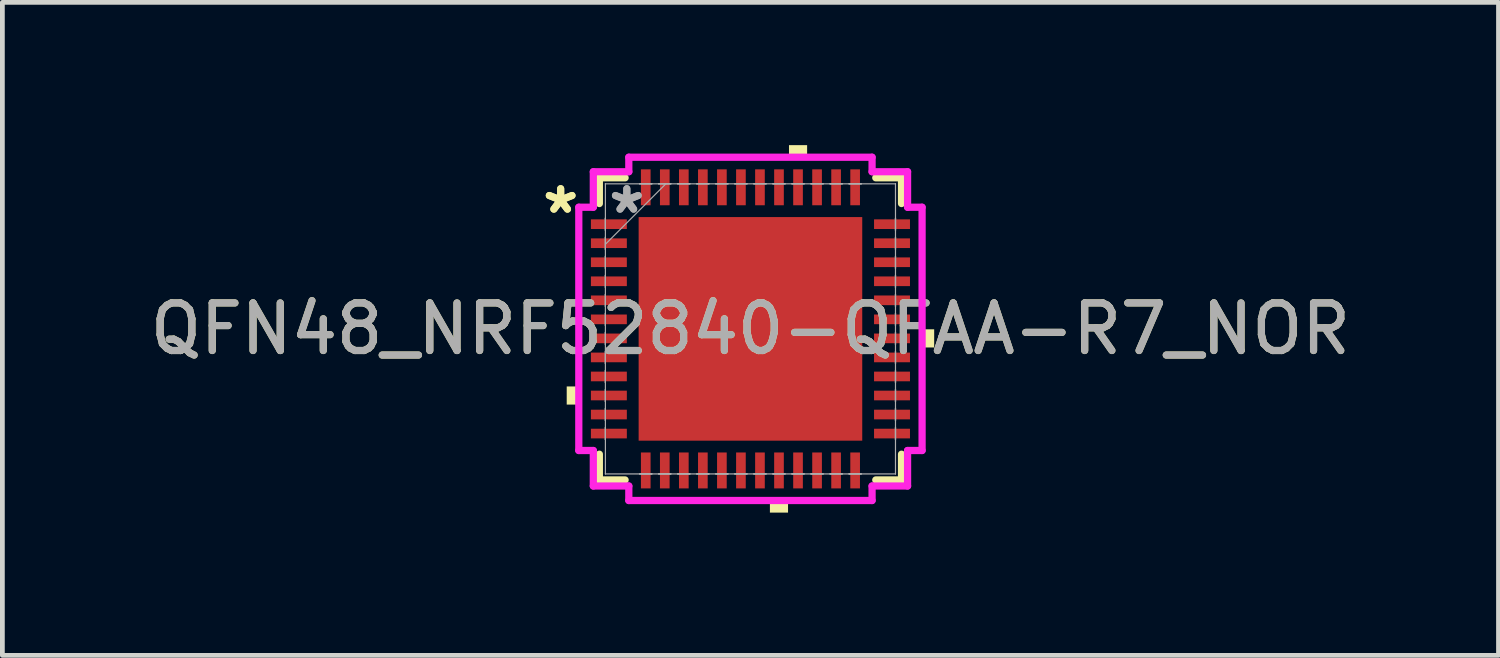
<source format=kicad_pcb>
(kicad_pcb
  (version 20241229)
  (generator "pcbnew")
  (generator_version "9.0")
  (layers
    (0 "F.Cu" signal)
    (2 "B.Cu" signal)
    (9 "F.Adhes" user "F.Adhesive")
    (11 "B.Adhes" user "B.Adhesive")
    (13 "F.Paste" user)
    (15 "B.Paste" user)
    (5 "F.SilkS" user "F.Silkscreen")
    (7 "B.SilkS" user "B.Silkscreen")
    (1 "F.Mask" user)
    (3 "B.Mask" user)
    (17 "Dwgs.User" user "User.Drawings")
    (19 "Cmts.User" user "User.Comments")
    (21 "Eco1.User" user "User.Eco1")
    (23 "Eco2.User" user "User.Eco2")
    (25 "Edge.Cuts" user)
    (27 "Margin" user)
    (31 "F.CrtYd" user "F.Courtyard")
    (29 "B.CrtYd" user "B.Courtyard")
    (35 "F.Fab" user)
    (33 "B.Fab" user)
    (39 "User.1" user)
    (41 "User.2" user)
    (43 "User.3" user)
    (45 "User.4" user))
  (footprint "QFN48_NRF52840-QFAA-R7_NOR"
    (layer "F.Cu")
    (at 12.72 3.861)
    (property "Reference" "QFN48_NRF52840-QFAA-R7_NOR" (at 0 0 0) (unlocked yes) (layer "F.SilkS") (effects (font (size 1 1) (thickness 0.15))))
    (attr smd)
    (fp_line (start -3.175 -3.175) (end -3.175 -2.634) (stroke (width 0.152) (type solid)) (layer "F.SilkS"))
    (fp_line (start -3.175 2.634) (end -3.175 3.175) (stroke (width 0.152) (type solid)) (layer "F.SilkS"))
    (fp_line (start -3.175 3.175) (end -2.634 3.175) (stroke (width 0.152) (type solid)) (layer "F.SilkS"))
    (fp_line (start -2.634 -3.175) (end -3.175 -3.175) (stroke (width 0.152) (type solid)) (layer "F.SilkS"))
    (fp_line (start 2.634 3.175) (end 3.175 3.175) (stroke (width 0.152) (type solid)) (layer "F.SilkS"))
    (fp_line (start 3.175 -3.175) (end 2.634 -3.175) (stroke (width 0.152) (type solid)) (layer "F.SilkS"))
    (fp_line (start 3.175 -2.634) (end 3.175 -3.175) (stroke (width 0.152) (type solid)) (layer "F.SilkS"))
    (fp_line (start 3.175 3.175) (end 3.175 2.634) (stroke (width 0.152) (type solid)) (layer "F.SilkS"))
    (fp_poly (pts (xy -3.861 1.21) (xy -3.861 1.591) (xy -3.607 1.591) (xy -3.607 1.21)) (stroke (width 0) (type solid)) (fill yes) (layer "F.SilkS"))
    (fp_poly (pts (xy 0.409 3.607) (xy 0.409 3.861) (xy 0.79 3.861) (xy 0.79 3.607)) (stroke (width 0) (type solid)) (fill yes) (layer "F.SilkS"))
    (fp_poly (pts (xy 0.81 -3.607) (xy 0.81 -3.861) (xy 1.191 -3.861) (xy 1.191 -3.607)) (stroke (width 0) (type solid)) (fill yes) (layer "F.SilkS"))
    (fp_poly (pts (xy 3.861 0.009) (xy 3.861 0.391) (xy 3.607 0.391) (xy 3.607 0.009)) (stroke (width 0) (type solid)) (fill yes) (layer "F.SilkS"))
    (fp_poly (pts (xy -2.249 -2.249) (xy -2.249 -0.883) (xy -0.883 -0.883) (xy -0.883 -2.249)) (stroke (width 0) (type solid)) (fill yes) (layer "F.Paste"))
    (fp_poly (pts (xy -2.249 -0.683) (xy -2.249 0.683) (xy -0.883 0.683) (xy -0.883 -0.683)) (stroke (width 0) (type solid)) (fill yes) (layer "F.Paste"))
    (fp_poly (pts (xy -2.249 0.883) (xy -2.249 2.249) (xy -0.883 2.249) (xy -0.883 0.883)) (stroke (width 0) (type solid)) (fill yes) (layer "F.Paste"))
    (fp_poly (pts (xy -0.683 -2.249) (xy -0.683 -0.883) (xy 0.683 -0.883) (xy 0.683 -2.249)) (stroke (width 0) (type solid)) (fill yes) (layer "F.Paste"))
    (fp_poly (pts (xy -0.683 -0.683) (xy -0.683 0.683) (xy 0.683 0.683) (xy 0.683 -0.683)) (stroke (width 0) (type solid)) (fill yes) (layer "F.Paste"))
    (fp_poly (pts (xy -0.683 0.883) (xy -0.683 2.249) (xy 0.683 2.249) (xy 0.683 0.883)) (stroke (width 0) (type solid)) (fill yes) (layer "F.Paste"))
    (fp_poly (pts (xy 0.883 -2.249) (xy 0.883 -0.883) (xy 2.249 -0.883) (xy 2.249 -2.249)) (stroke (width 0) (type solid)) (fill yes) (layer "F.Paste"))
    (fp_poly (pts (xy 0.883 -0.683) (xy 0.883 0.683) (xy 2.249 0.683) (xy 2.249 -0.683)) (stroke (width 0) (type solid)) (fill yes) (layer "F.Paste"))
    (fp_poly (pts (xy 0.883 0.883) (xy 0.883 2.249) (xy 2.249 2.249) (xy 2.249 0.883)) (stroke (width 0) (type solid)) (fill yes) (layer "F.Paste"))
    (fp_line (start -3.607 -2.556) (end -3.302 -2.556) (stroke (width 0.152) (type solid)) (layer "F.CrtYd"))
    (fp_line (start -3.607 2.556) (end -3.607 -2.556) (stroke (width 0.152) (type solid)) (layer "F.CrtYd"))
    (fp_line (start -3.302 -3.302) (end -2.556 -3.302) (stroke (width 0.152) (type solid)) (layer "F.CrtYd"))
    (fp_line (start -3.302 -2.556) (end -3.302 -3.302) (stroke (width 0.152) (type solid)) (layer "F.CrtYd"))
    (fp_line (start -3.302 2.556) (end -3.607 2.556) (stroke (width 0.152) (type solid)) (layer "F.CrtYd"))
    (fp_line (start -3.302 3.302) (end -3.302 2.556) (stroke (width 0.152) (type solid)) (layer "F.CrtYd"))
    (fp_line (start -2.556 -3.607) (end 2.556 -3.607) (stroke (width 0.152) (type solid)) (layer "F.CrtYd"))
    (fp_line (start -2.556 -3.302) (end -2.556 -3.607) (stroke (width 0.152) (type solid)) (layer "F.CrtYd"))
    (fp_line (start -2.556 3.302) (end -3.302 3.302) (stroke (width 0.152) (type solid)) (layer "F.CrtYd"))
    (fp_line (start -2.556 3.607) (end -2.556 3.302) (stroke (width 0.152) (type solid)) (layer "F.CrtYd"))
    (fp_line (start 2.556 -3.607) (end 2.556 -3.302) (stroke (width 0.152) (type solid)) (layer "F.CrtYd"))
    (fp_line (start 2.556 -3.302) (end 3.302 -3.302) (stroke (width 0.152) (type solid)) (layer "F.CrtYd"))
    (fp_line (start 2.556 3.302) (end 2.556 3.607) (stroke (width 0.152) (type solid)) (layer "F.CrtYd"))
    (fp_line (start 2.556 3.607) (end -2.556 3.607) (stroke (width 0.152) (type solid)) (layer "F.CrtYd"))
    (fp_line (start 3.302 -3.302) (end 3.302 -2.556) (stroke (width 0.152) (type solid)) (layer "F.CrtYd"))
    (fp_line (start 3.302 -2.556) (end 3.607 -2.556) (stroke (width 0.152) (type solid)) (layer "F.CrtYd"))
    (fp_line (start 3.302 2.556) (end 3.302 3.302) (stroke (width 0.152) (type solid)) (layer "F.CrtYd"))
    (fp_line (start 3.302 3.302) (end 2.556 3.302) (stroke (width 0.152) (type solid)) (layer "F.CrtYd"))
    (fp_line (start 3.607 -2.556) (end 3.607 2.556) (stroke (width 0.152) (type solid)) (layer "F.CrtYd"))
    (fp_line (start 3.607 2.556) (end 3.302 2.556) (stroke (width 0.152) (type solid)) (layer "F.CrtYd"))
    (fp_line (start -3.048 -3.048) (end -3.048 -3.048) (stroke (width 0.025) (type solid)) (layer "F.Fab"))
    (fp_line (start -3.048 -3.048) (end -3.048 3.048) (stroke (width 0.025) (type solid)) (layer "F.Fab"))
    (fp_line (start -3.048 -2.327) (end -3.048 -2.327) (stroke (width 0.025) (type solid)) (layer "F.Fab"))
    (fp_line (start -3.048 -2.327) (end -3.048 -2.073) (stroke (width 0.025) (type solid)) (layer "F.Fab"))
    (fp_line (start -3.048 -2.073) (end -3.048 -2.327) (stroke (width 0.025) (type solid)) (layer "F.Fab"))
    (fp_line (start -3.048 -2.073) (end -3.048 -2.073) (stroke (width 0.025) (type solid)) (layer "F.Fab"))
    (fp_line (start -3.048 -1.927) (end -3.048 -1.927) (stroke (width 0.025) (type solid)) (layer "F.Fab"))
    (fp_line (start -3.048 -1.927) (end -3.048 -1.673) (stroke (width 0.025) (type solid)) (layer "F.Fab"))
    (fp_line (start -3.048 -1.778) (end -1.778 -3.048) (stroke (width 0.025) (type solid)) (layer "F.Fab"))
    (fp_line (start -3.048 -1.673) (end -3.048 -1.927) (stroke (width 0.025) (type solid)) (layer "F.Fab"))
    (fp_line (start -3.048 -1.673) (end -3.048 -1.673) (stroke (width 0.025) (type solid)) (layer "F.Fab"))
    (fp_line (start -3.048 -1.527) (end -3.048 -1.527) (stroke (width 0.025) (type solid)) (layer "F.Fab"))
    (fp_line (start -3.048 -1.527) (end -3.048 -1.273) (stroke (width 0.025) (type solid)) (layer "F.Fab"))
    (fp_line (start -3.048 -1.273) (end -3.048 -1.527) (stroke (width 0.025) (type solid)) (layer "F.Fab"))
    (fp_line (start -3.048 -1.273) (end -3.048 -1.273) (stroke (width 0.025) (type solid)) (layer "F.Fab"))
    (fp_line (start -3.048 -1.127) (end -3.048 -1.127) (stroke (width 0.025) (type solid)) (layer "F.Fab"))
    (fp_line (start -3.048 -1.127) (end -3.048 -0.873) (stroke (width 0.025) (type solid)) (layer "F.Fab"))
    (fp_line (start -3.048 -0.873) (end -3.048 -1.127) (stroke (width 0.025) (type solid)) (layer "F.Fab"))
    (fp_line (start -3.048 -0.873) (end -3.048 -0.873) (stroke (width 0.025) (type solid)) (layer "F.Fab"))
    (fp_line (start -3.048 -0.727) (end -3.048 -0.727) (stroke (width 0.025) (type solid)) (layer "F.Fab"))
    (fp_line (start -3.048 -0.727) (end -3.048 -0.473) (stroke (width 0.025) (type solid)) (layer "F.Fab"))
    (fp_line (start -3.048 -0.473) (end -3.048 -0.727) (stroke (width 0.025) (type solid)) (layer "F.Fab"))
    (fp_line (start -3.048 -0.473) (end -3.048 -0.473) (stroke (width 0.025) (type solid)) (layer "F.Fab"))
    (fp_line (start -3.048 -0.327) (end -3.048 -0.327) (stroke (width 0.025) (type solid)) (layer "F.Fab"))
    (fp_line (start -3.048 -0.327) (end -3.048 -0.073) (stroke (width 0.025) (type solid)) (layer "F.Fab"))
    (fp_line (start -3.048 -0.073) (end -3.048 -0.327) (stroke (width 0.025) (type solid)) (layer "F.Fab"))
    (fp_line (start -3.048 -0.073) (end -3.048 -0.073) (stroke (width 0.025) (type solid)) (layer "F.Fab"))
    (fp_line (start -3.048 0.073) (end -3.048 0.073) (stroke (width 0.025) (type solid)) (layer "F.Fab"))
    (fp_line (start -3.048 0.073) (end -3.048 0.327) (stroke (width 0.025) (type solid)) (layer "F.Fab"))
    (fp_line (start -3.048 0.327) (end -3.048 0.073) (stroke (width 0.025) (type solid)) (layer "F.Fab"))
    (fp_line (start -3.048 0.327) (end -3.048 0.327) (stroke (width 0.025) (type solid)) (layer "F.Fab"))
    (fp_line (start -3.048 0.473) (end -3.048 0.473) (stroke (width 0.025) (type solid)) (layer "F.Fab"))
    (fp_line (start -3.048 0.473) (end -3.048 0.727) (stroke (width 0.025) (type solid)) (layer "F.Fab"))
    (fp_line (start -3.048 0.727) (end -3.048 0.473) (stroke (width 0.025) (type solid)) (layer "F.Fab"))
    (fp_line (start -3.048 0.727) (end -3.048 0.727) (stroke (width 0.025) (type solid)) (layer "F.Fab"))
    (fp_line (start -3.048 0.873) (end -3.048 0.873) (stroke (width 0.025) (type solid)) (layer "F.Fab"))
    (fp_line (start -3.048 0.873) (end -3.048 1.127) (stroke (width 0.025) (type solid)) (layer "F.Fab"))
    (fp_line (start -3.048 1.127) (end -3.048 0.873) (stroke (width 0.025) (type solid)) (layer "F.Fab"))
    (fp_line (start -3.048 1.127) (end -3.048 1.127) (stroke (width 0.025) (type solid)) (layer "F.Fab"))
    (fp_line (start -3.048 1.273) (end -3.048 1.273) (stroke (width 0.025) (type solid)) (layer "F.Fab"))
    (fp_line (start -3.048 1.273) (end -3.048 1.527) (stroke (width 0.025) (type solid)) (layer "F.Fab"))
    (fp_line (start -3.048 1.527) (end -3.048 1.273) (stroke (width 0.025) (type solid)) (layer "F.Fab"))
    (fp_line (start -3.048 1.527) (end -3.048 1.527) (stroke (width 0.025) (type solid)) (layer "F.Fab"))
    (fp_line (start -3.048 1.673) (end -3.048 1.673) (stroke (width 0.025) (type solid)) (layer "F.Fab"))
    (fp_line (start -3.048 1.673) (end -3.048 1.927) (stroke (width 0.025) (type solid)) (layer "F.Fab"))
    (fp_line (start -3.048 1.927) (end -3.048 1.673) (stroke (width 0.025) (type solid)) (layer "F.Fab"))
    (fp_line (start -3.048 1.927) (end -3.048 1.927) (stroke (width 0.025) (type solid)) (layer "F.Fab"))
    (fp_line (start -3.048 2.073) (end -3.048 2.073) (stroke (width 0.025) (type solid)) (layer "F.Fab"))
    (fp_line (start -3.048 2.073) (end -3.048 2.327) (stroke (width 0.025) (type solid)) (layer "F.Fab"))
    (fp_line (start -3.048 2.327) (end -3.048 2.073) (stroke (width 0.025) (type solid)) (layer "F.Fab"))
    (fp_line (start -3.048 2.327) (end -3.048 2.327) (stroke (width 0.025) (type solid)) (layer "F.Fab"))
    (fp_line (start -3.048 3.048) (end -3.048 3.048) (stroke (width 0.025) (type solid)) (layer "F.Fab"))
    (fp_line (start -3.048 3.048) (end 3.048 3.048) (stroke (width 0.025) (type solid)) (layer "F.Fab"))
    (fp_line (start -2.327 -3.048) (end -2.327 -3.048) (stroke (width 0.025) (type solid)) (layer "F.Fab"))
    (fp_line (start -2.327 -3.048) (end -2.073 -3.048) (stroke (width 0.025) (type solid)) (layer "F.Fab"))
    (fp_line (start -2.327 3.048) (end -2.327 3.048) (stroke (width 0.025) (type solid)) (layer "F.Fab"))
    (fp_line (start -2.327 3.048) (end -2.073 3.048) (stroke (width 0.025) (type solid)) (layer "F.Fab"))
    (fp_line (start -2.073 -3.048) (end -2.327 -3.048) (stroke (width 0.025) (type solid)) (layer "F.Fab"))
    (fp_line (start -2.073 -3.048) (end -2.073 -3.048) (stroke (width 0.025) (type solid)) (layer "F.Fab"))
    (fp_line (start -2.073 3.048) (end -2.327 3.048) (stroke (width 0.025) (type solid)) (layer "F.Fab"))
    (fp_line (start -2.073 3.048) (end -2.073 3.048) (stroke (width 0.025) (type solid)) (layer "F.Fab"))
    (fp_line (start -1.927 -3.048) (end -1.927 -3.048) (stroke (width 0.025) (type solid)) (layer "F.Fab"))
    (fp_line (start -1.927 -3.048) (end -1.673 -3.048) (stroke (width 0.025) (type solid)) (layer "F.Fab"))
    (fp_line (start -1.927 3.048) (end -1.927 3.048) (stroke (width 0.025) (type solid)) (layer "F.Fab"))
    (fp_line (start -1.927 3.048) (end -1.673 3.048) (stroke (width 0.025) (type solid)) (layer "F.Fab"))
    (fp_line (start -1.673 -3.048) (end -1.927 -3.048) (stroke (width 0.025) (type solid)) (layer "F.Fab"))
    (fp_line (start -1.673 -3.048) (end -1.673 -3.048) (stroke (width 0.025) (type solid)) (layer "F.Fab"))
    (fp_line (start -1.673 3.048) (end -1.927 3.048) (stroke (width 0.025) (type solid)) (layer "F.Fab"))
    (fp_line (start -1.673 3.048) (end -1.673 3.048) (stroke (width 0.025) (type solid)) (layer "F.Fab"))
    (fp_line (start -1.527 -3.048) (end -1.527 -3.048) (stroke (width 0.025) (type solid)) (layer "F.Fab"))
    (fp_line (start -1.527 -3.048) (end -1.273 -3.048) (stroke (width 0.025) (type solid)) (layer "F.Fab"))
    (fp_line (start -1.527 3.048) (end -1.527 3.048) (stroke (width 0.025) (type solid)) (layer "F.Fab"))
    (fp_line (start -1.527 3.048) (end -1.273 3.048) (stroke (width 0.025) (type solid)) (layer "F.Fab"))
    (fp_line (start -1.273 -3.048) (end -1.527 -3.048) (stroke (width 0.025) (type solid)) (layer "F.Fab"))
    (fp_line (start -1.273 -3.048) (end -1.273 -3.048) (stroke (width 0.025) (type solid)) (layer "F.Fab"))
    (fp_line (start -1.273 3.048) (end -1.527 3.048) (stroke (width 0.025) (type solid)) (layer "F.Fab"))
    (fp_line (start -1.273 3.048) (end -1.273 3.048) (stroke (width 0.025) (type solid)) (layer "F.Fab"))
    (fp_line (start -1.127 -3.048) (end -1.127 -3.048) (stroke (width 0.025) (type solid)) (layer "F.Fab"))
    (fp_line (start -1.127 -3.048) (end -0.873 -3.048) (stroke (width 0.025) (type solid)) (layer "F.Fab"))
    (fp_line (start -1.127 3.048) (end -1.127 3.048) (stroke (width 0.025) (type solid)) (layer "F.Fab"))
    (fp_line (start -1.127 3.048) (end -0.873 3.048) (stroke (width 0.025) (type solid)) (layer "F.Fab"))
    (fp_line (start -0.873 -3.048) (end -1.127 -3.048) (stroke (width 0.025) (type solid)) (layer "F.Fab"))
    (fp_line (start -0.873 -3.048) (end -0.873 -3.048) (stroke (width 0.025) (type solid)) (layer "F.Fab"))
    (fp_line (start -0.873 3.048) (end -1.127 3.048) (stroke (width 0.025) (type solid)) (layer "F.Fab"))
    (fp_line (start -0.873 3.048) (end -0.873 3.048) (stroke (width 0.025) (type solid)) (layer "F.Fab"))
    (fp_line (start -0.727 -3.048) (end -0.727 -3.048) (stroke (width 0.025) (type solid)) (layer "F.Fab"))
    (fp_line (start -0.727 -3.048) (end -0.473 -3.048) (stroke (width 0.025) (type solid)) (layer "F.Fab"))
    (fp_line (start -0.727 3.048) (end -0.727 3.048) (stroke (width 0.025) (type solid)) (layer "F.Fab"))
    (fp_line (start -0.727 3.048) (end -0.473 3.048) (stroke (width 0.025) (type solid)) (layer "F.Fab"))
    (fp_line (start -0.473 -3.048) (end -0.727 -3.048) (stroke (width 0.025) (type solid)) (layer "F.Fab"))
    (fp_line (start -0.473 -3.048) (end -0.473 -3.048) (stroke (width 0.025) (type solid)) (layer "F.Fab"))
    (fp_line (start -0.473 3.048) (end -0.727 3.048) (stroke (width 0.025) (type solid)) (layer "F.Fab"))
    (fp_line (start -0.473 3.048) (end -0.473 3.048) (stroke (width 0.025) (type solid)) (layer "F.Fab"))
    (fp_line (start -0.327 -3.048) (end -0.327 -3.048) (stroke (width 0.025) (type solid)) (layer "F.Fab"))
    (fp_line (start -0.327 -3.048) (end -0.073 -3.048) (stroke (width 0.025) (type solid)) (layer "F.Fab"))
    (fp_line (start -0.327 3.048) (end -0.327 3.048) (stroke (width 0.025) (type solid)) (layer "F.Fab"))
    (fp_line (start -0.327 3.048) (end -0.073 3.048) (stroke (width 0.025) (type solid)) (layer "F.Fab"))
    (fp_line (start -0.073 -3.048) (end -0.327 -3.048) (stroke (width 0.025) (type solid)) (layer "F.Fab"))
    (fp_line (start -0.073 -3.048) (end -0.073 -3.048) (stroke (width 0.025) (type solid)) (layer "F.Fab"))
    (fp_line (start -0.073 3.048) (end -0.327 3.048) (stroke (width 0.025) (type solid)) (layer "F.Fab"))
    (fp_line (start -0.073 3.048) (end -0.073 3.048) (stroke (width 0.025) (type solid)) (layer "F.Fab"))
    (fp_line (start 0.073 -3.048) (end 0.073 -3.048) (stroke (width 0.025) (type solid)) (layer "F.Fab"))
    (fp_line (start 0.073 -3.048) (end 0.327 -3.048) (stroke (width 0.025) (type solid)) (layer "F.Fab"))
    (fp_line (start 0.073 3.048) (end 0.073 3.048) (stroke (width 0.025) (type solid)) (layer "F.Fab"))
    (fp_line (start 0.073 3.048) (end 0.327 3.048) (stroke (width 0.025) (type solid)) (layer "F.Fab"))
    (fp_line (start 0.327 -3.048) (end 0.073 -3.048) (stroke (width 0.025) (type solid)) (layer "F.Fab"))
    (fp_line (start 0.327 -3.048) (end 0.327 -3.048) (stroke (width 0.025) (type solid)) (layer "F.Fab"))
    (fp_line (start 0.327 3.048) (end 0.073 3.048) (stroke (width 0.025) (type solid)) (layer "F.Fab"))
    (fp_line (start 0.327 3.048) (end 0.327 3.048) (stroke (width 0.025) (type solid)) (layer "F.Fab"))
    (fp_line (start 0.473 -3.048) (end 0.473 -3.048) (stroke (width 0.025) (type solid)) (layer "F.Fab"))
    (fp_line (start 0.473 -3.048) (end 0.727 -3.048) (stroke (width 0.025) (type solid)) (layer "F.Fab"))
    (fp_line (start 0.473 3.048) (end 0.473 3.048) (stroke (width 0.025) (type solid)) (layer "F.Fab"))
    (fp_line (start 0.473 3.048) (end 0.727 3.048) (stroke (width 0.025) (type solid)) (layer "F.Fab"))
    (fp_line (start 0.727 -3.048) (end 0.473 -3.048) (stroke (width 0.025) (type solid)) (layer "F.Fab"))
    (fp_line (start 0.727 -3.048) (end 0.727 -3.048) (stroke (width 0.025) (type solid)) (layer "F.Fab"))
    (fp_line (start 0.727 3.048) (end 0.473 3.048) (stroke (width 0.025) (type solid)) (layer "F.Fab"))
    (fp_line (start 0.727 3.048) (end 0.727 3.048) (stroke (width 0.025) (type solid)) (layer "F.Fab"))
    (fp_line (start 0.873 -3.048) (end 0.873 -3.048) (stroke (width 0.025) (type solid)) (layer "F.Fab"))
    (fp_line (start 0.873 -3.048) (end 1.127 -3.048) (stroke (width 0.025) (type solid)) (layer "F.Fab"))
    (fp_line (start 0.873 3.048) (end 0.873 3.048) (stroke (width 0.025) (type solid)) (layer "F.Fab"))
    (fp_line (start 0.873 3.048) (end 1.127 3.048) (stroke (width 0.025) (type solid)) (layer "F.Fab"))
    (fp_line (start 1.127 -3.048) (end 0.873 -3.048) (stroke (width 0.025) (type solid)) (layer "F.Fab"))
    (fp_line (start 1.127 -3.048) (end 1.127 -3.048) (stroke (width 0.025) (type solid)) (layer "F.Fab"))
    (fp_line (start 1.127 3.048) (end 0.873 3.048) (stroke (width 0.025) (type solid)) (layer "F.Fab"))
    (fp_line (start 1.127 3.048) (end 1.127 3.048) (stroke (width 0.025) (type solid)) (layer "F.Fab"))
    (fp_line (start 1.273 -3.048) (end 1.273 -3.048) (stroke (width 0.025) (type solid)) (layer "F.Fab"))
    (fp_line (start 1.273 -3.048) (end 1.527 -3.048) (stroke (width 0.025) (type solid)) (layer "F.Fab"))
    (fp_line (start 1.273 3.048) (end 1.273 3.048) (stroke (width 0.025) (type solid)) (layer "F.Fab"))
    (fp_line (start 1.273 3.048) (end 1.527 3.048) (stroke (width 0.025) (type solid)) (layer "F.Fab"))
    (fp_line (start 1.527 -3.048) (end 1.273 -3.048) (stroke (width 0.025) (type solid)) (layer "F.Fab"))
    (fp_line (start 1.527 -3.048) (end 1.527 -3.048) (stroke (width 0.025) (type solid)) (layer "F.Fab"))
    (fp_line (start 1.527 3.048) (end 1.273 3.048) (stroke (width 0.025) (type solid)) (layer "F.Fab"))
    (fp_line (start 1.527 3.048) (end 1.527 3.048) (stroke (width 0.025) (type solid)) (layer "F.Fab"))
    (fp_line (start 1.673 -3.048) (end 1.673 -3.048) (stroke (width 0.025) (type solid)) (layer "F.Fab"))
    (fp_line (start 1.673 -3.048) (end 1.927 -3.048) (stroke (width 0.025) (type solid)) (layer "F.Fab"))
    (fp_line (start 1.673 3.048) (end 1.673 3.048) (stroke (width 0.025) (type solid)) (layer "F.Fab"))
    (fp_line (start 1.673 3.048) (end 1.927 3.048) (stroke (width 0.025) (type solid)) (layer "F.Fab"))
    (fp_line (start 1.927 -3.048) (end 1.673 -3.048) (stroke (width 0.025) (type solid)) (layer "F.Fab"))
    (fp_line (start 1.927 -3.048) (end 1.927 -3.048) (stroke (width 0.025) (type solid)) (layer "F.Fab"))
    (fp_line (start 1.927 3.048) (end 1.673 3.048) (stroke (width 0.025) (type solid)) (layer "F.Fab"))
    (fp_line (start 1.927 3.048) (end 1.927 3.048) (stroke (width 0.025) (type solid)) (layer "F.Fab"))
    (fp_line (start 2.073 -3.048) (end 2.073 -3.048) (stroke (width 0.025) (type solid)) (layer "F.Fab"))
    (fp_line (start 2.073 -3.048) (end 2.327 -3.048) (stroke (width 0.025) (type solid)) (layer "F.Fab"))
    (fp_line (start 2.073 3.048) (end 2.073 3.048) (stroke (width 0.025) (type solid)) (layer "F.Fab"))
    (fp_line (start 2.073 3.048) (end 2.327 3.048) (stroke (width 0.025) (type solid)) (layer "F.Fab"))
    (fp_line (start 2.327 -3.048) (end 2.073 -3.048) (stroke (width 0.025) (type solid)) (layer "F.Fab"))
    (fp_line (start 2.327 -3.048) (end 2.327 -3.048) (stroke (width 0.025) (type solid)) (layer "F.Fab"))
    (fp_line (start 2.327 3.048) (end 2.073 3.048) (stroke (width 0.025) (type solid)) (layer "F.Fab"))
    (fp_line (start 2.327 3.048) (end 2.327 3.048) (stroke (width 0.025) (type solid)) (layer "F.Fab"))
    (fp_line (start 3.048 -3.048) (end -3.048 -3.048) (stroke (width 0.025) (type solid)) (layer "F.Fab"))
    (fp_line (start 3.048 -3.048) (end 3.048 -3.048) (stroke (width 0.025) (type solid)) (layer "F.Fab"))
    (fp_line (start 3.048 -2.327) (end 3.048 -2.327) (stroke (width 0.025) (type solid)) (layer "F.Fab"))
    (fp_line (start 3.048 -2.327) (end 3.048 -2.073) (stroke (width 0.025) (type solid)) (layer "F.Fab"))
    (fp_line (start 3.048 -2.073) (end 3.048 -2.327) (stroke (width 0.025) (type solid)) (layer "F.Fab"))
    (fp_line (start 3.048 -2.073) (end 3.048 -2.073) (stroke (width 0.025) (type solid)) (layer "F.Fab"))
    (fp_line (start 3.048 -1.927) (end 3.048 -1.927) (stroke (width 0.025) (type solid)) (layer "F.Fab"))
    (fp_line (start 3.048 -1.927) (end 3.048 -1.673) (stroke (width 0.025) (type solid)) (layer "F.Fab"))
    (fp_line (start 3.048 -1.673) (end 3.048 -1.927) (stroke (width 0.025) (type solid)) (layer "F.Fab"))
    (fp_line (start 3.048 -1.673) (end 3.048 -1.673) (stroke (width 0.025) (type solid)) (layer "F.Fab"))
    (fp_line (start 3.048 -1.527) (end 3.048 -1.527) (stroke (width 0.025) (type solid)) (layer "F.Fab"))
    (fp_line (start 3.048 -1.527) (end 3.048 -1.273) (stroke (width 0.025) (type solid)) (layer "F.Fab"))
    (fp_line (start 3.048 -1.273) (end 3.048 -1.527) (stroke (width 0.025) (type solid)) (layer "F.Fab"))
    (fp_line (start 3.048 -1.273) (end 3.048 -1.273) (stroke (width 0.025) (type solid)) (layer "F.Fab"))
    (fp_line (start 3.048 -1.127) (end 3.048 -1.127) (stroke (width 0.025) (type solid)) (layer "F.Fab"))
    (fp_line (start 3.048 -1.127) (end 3.048 -0.873) (stroke (width 0.025) (type solid)) (layer "F.Fab"))
    (fp_line (start 3.048 -0.873) (end 3.048 -1.127) (stroke (width 0.025) (type solid)) (layer "F.Fab"))
    (fp_line (start 3.048 -0.873) (end 3.048 -0.873) (stroke (width 0.025) (type solid)) (layer "F.Fab"))
    (fp_line (start 3.048 -0.727) (end 3.048 -0.727) (stroke (width 0.025) (type solid)) (layer "F.Fab"))
    (fp_line (start 3.048 -0.727) (end 3.048 -0.473) (stroke (width 0.025) (type solid)) (layer "F.Fab"))
    (fp_line (start 3.048 -0.473) (end 3.048 -0.727) (stroke (width 0.025) (type solid)) (layer "F.Fab"))
    (fp_line (start 3.048 -0.473) (end 3.048 -0.473) (stroke (width 0.025) (type solid)) (layer "F.Fab"))
    (fp_line (start 3.048 -0.327) (end 3.048 -0.327) (stroke (width 0.025) (type solid)) (layer "F.Fab"))
    (fp_line (start 3.048 -0.327) (end 3.048 -0.073) (stroke (width 0.025) (type solid)) (layer "F.Fab"))
    (fp_line (start 3.048 -0.073) (end 3.048 -0.327) (stroke (width 0.025) (type solid)) (layer "F.Fab"))
    (fp_line (start 3.048 -0.073) (end 3.048 -0.073) (stroke (width 0.025) (type solid)) (layer "F.Fab"))
    (fp_line (start 3.048 0.073) (end 3.048 0.073) (stroke (width 0.025) (type solid)) (layer "F.Fab"))
    (fp_line (start 3.048 0.073) (end 3.048 0.327) (stroke (width 0.025) (type solid)) (layer "F.Fab"))
    (fp_line (start 3.048 0.327) (end 3.048 0.073) (stroke (width 0.025) (type solid)) (layer "F.Fab"))
    (fp_line (start 3.048 0.327) (end 3.048 0.327) (stroke (width 0.025) (type solid)) (layer "F.Fab"))
    (fp_line (start 3.048 0.473) (end 3.048 0.473) (stroke (width 0.025) (type solid)) (layer "F.Fab"))
    (fp_line (start 3.048 0.473) (end 3.048 0.727) (stroke (width 0.025) (type solid)) (layer "F.Fab"))
    (fp_line (start 3.048 0.727) (end 3.048 0.473) (stroke (width 0.025) (type solid)) (layer "F.Fab"))
    (fp_line (start 3.048 0.727) (end 3.048 0.727) (stroke (width 0.025) (type solid)) (layer "F.Fab"))
    (fp_line (start 3.048 0.873) (end 3.048 0.873) (stroke (width 0.025) (type solid)) (layer "F.Fab"))
    (fp_line (start 3.048 0.873) (end 3.048 1.127) (stroke (width 0.025) (type solid)) (layer "F.Fab"))
    (fp_line (start 3.048 1.127) (end 3.048 0.873) (stroke (width 0.025) (type solid)) (layer "F.Fab"))
    (fp_line (start 3.048 1.127) (end 3.048 1.127) (stroke (width 0.025) (type solid)) (layer "F.Fab"))
    (fp_line (start 3.048 1.273) (end 3.048 1.273) (stroke (width 0.025) (type solid)) (layer "F.Fab"))
    (fp_line (start 3.048 1.273) (end 3.048 1.527) (stroke (width 0.025) (type solid)) (layer "F.Fab"))
    (fp_line (start 3.048 1.527) (end 3.048 1.273) (stroke (width 0.025) (type solid)) (layer "F.Fab"))
    (fp_line (start 3.048 1.527) (end 3.048 1.527) (stroke (width 0.025) (type solid)) (layer "F.Fab"))
    (fp_line (start 3.048 1.673) (end 3.048 1.673) (stroke (width 0.025) (type solid)) (layer "F.Fab"))
    (fp_line (start 3.048 1.673) (end 3.048 1.927) (stroke (width 0.025) (type solid)) (layer "F.Fab"))
    (fp_line (start 3.048 1.927) (end 3.048 1.673) (stroke (width 0.025) (type solid)) (layer "F.Fab"))
    (fp_line (start 3.048 1.927) (end 3.048 1.927) (stroke (width 0.025) (type solid)) (layer "F.Fab"))
    (fp_line (start 3.048 2.073) (end 3.048 2.073) (stroke (width 0.025) (type solid)) (layer "F.Fab"))
    (fp_line (start 3.048 2.073) (end 3.048 2.327) (stroke (width 0.025) (type solid)) (layer "F.Fab"))
    (fp_line (start 3.048 2.327) (end 3.048 2.073) (stroke (width 0.025) (type solid)) (layer "F.Fab"))
    (fp_line (start 3.048 2.327) (end 3.048 2.327) (stroke (width 0.025) (type solid)) (layer "F.Fab"))
    (fp_line (start 3.048 3.048) (end 3.048 -3.048) (stroke (width 0.025) (type solid)) (layer "F.Fab"))
    (fp_line (start 3.048 3.048) (end 3.048 3.048) (stroke (width 0.025) (type solid)) (layer "F.Fab"))
    (fp_text user "*" (at -3.988 -2.4 0) (unlocked yes) (layer "F.SilkS") (effects (font (size 1 1) (thickness 0.15))))
    (fp_text user "*" (at -3.988 -2.4 0) (layer "F.SilkS") (effects (font (size 1 1) (thickness 0.15))))
    (fp_text user "${REFERENCE}" (at 0 0 0) (unlocked yes) (layer "F.Fab") (effects (font (size 1 1) (thickness 0.15))))
    (fp_text user "*" (at -2.598 -2.4 0) (unlocked yes) (layer "F.Fab") (effects (font (size 1 1) (thickness 0.15))))
    (fp_text user "*" (at -2.598 -2.4 0) (layer "F.Fab") (effects (font (size 1 1) (thickness 0.15))))
    (pad "1" smd rect (at -2.975 -2.2 90) (size 0.203 0.755) (layers "F.Cu" "F.Mask" "F.Paste"))
    (pad "2" smd rect (at -2.975 -1.8 90) (size 0.203 0.755) (layers "F.Cu" "F.Mask" "F.Paste"))
    (pad "3" smd rect (at -2.975 -1.4 90) (size 0.203 0.755) (layers "F.Cu" "F.Mask" "F.Paste"))
    (pad "4" smd rect (at -2.975 -1 90) (size 0.203 0.755) (layers "F.Cu" "F.Mask" "F.Paste"))
    (pad "5" smd rect (at -2.975 -0.6 90) (size 0.203 0.755) (layers "F.Cu" "F.Mask" "F.Paste"))
    (pad "6" smd rect (at -2.975 -0.2 90) (size 0.203 0.755) (layers "F.Cu" "F.Mask" "F.Paste"))
    (pad "7" smd rect (at -2.975 0.2 90) (size 0.203 0.755) (layers "F.Cu" "F.Mask" "F.Paste"))
    (pad "8" smd rect (at -2.975 0.6 90) (size 0.203 0.755) (layers "F.Cu" "F.Mask" "F.Paste"))
    (pad "9" smd rect (at -2.975 1 90) (size 0.203 0.755) (layers "F.Cu" "F.Mask" "F.Paste"))
    (pad "10" smd rect (at -2.975 1.4 90) (size 0.203 0.755) (layers "F.Cu" "F.Mask" "F.Paste"))
    (pad "11" smd rect (at -2.975 1.8 90) (size 0.203 0.755) (layers "F.Cu" "F.Mask" "F.Paste"))
    (pad "12" smd rect (at -2.975 2.2 90) (size 0.203 0.755) (layers "F.Cu" "F.Mask" "F.Paste"))
    (pad "13" smd rect (at -2.2 2.975) (size 0.203 0.755) (layers "F.Cu" "F.Mask" "F.Paste"))
    (pad "14" smd rect (at -1.8 2.975) (size 0.203 0.755) (layers "F.Cu" "F.Mask" "F.Paste"))
    (pad "15" smd rect (at -1.4 2.975) (size 0.203 0.755) (layers "F.Cu" "F.Mask" "F.Paste"))
    (pad "16" smd rect (at -1 2.975) (size 0.203 0.755) (layers "F.Cu" "F.Mask" "F.Paste"))
    (pad "17" smd rect (at -0.6 2.975) (size 0.203 0.755) (layers "F.Cu" "F.Mask" "F.Paste"))
    (pad "18" smd rect (at -0.2 2.975) (size 0.203 0.755) (layers "F.Cu" "F.Mask" "F.Paste"))
    (pad "19" smd rect (at 0.2 2.975) (size 0.203 0.755) (layers "F.Cu" "F.Mask" "F.Paste"))
    (pad "20" smd rect (at 0.6 2.975) (size 0.203 0.755) (layers "F.Cu" "F.Mask" "F.Paste"))
    (pad "21" smd rect (at 1 2.975) (size 0.203 0.755) (layers "F.Cu" "F.Mask" "F.Paste"))
    (pad "22" smd rect (at 1.4 2.975) (size 0.203 0.755) (layers "F.Cu" "F.Mask" "F.Paste"))
    (pad "23" smd rect (at 1.8 2.975) (size 0.203 0.755) (layers "F.Cu" "F.Mask" "F.Paste"))
    (pad "24" smd rect (at 2.2 2.975) (size 0.203 0.755) (layers "F.Cu" "F.Mask" "F.Paste"))
    (pad "25" smd rect (at 2.975 2.2 90) (size 0.203 0.755) (layers "F.Cu" "F.Mask" "F.Paste"))
    (pad "26" smd rect (at 2.975 1.8 90) (size 0.203 0.755) (layers "F.Cu" "F.Mask" "F.Paste"))
    (pad "27" smd rect (at 2.975 1.4 90) (size 0.203 0.755) (layers "F.Cu" "F.Mask" "F.Paste"))
    (pad "28" smd rect (at 2.975 1 90) (size 0.203 0.755) (layers "F.Cu" "F.Mask" "F.Paste"))
    (pad "29" smd rect (at 2.975 0.6 90) (size 0.203 0.755) (layers "F.Cu" "F.Mask" "F.Paste"))
    (pad "30" smd rect (at 2.975 0.2 90) (size 0.203 0.755) (layers "F.Cu" "F.Mask" "F.Paste"))
    (pad "31" smd rect (at 2.975 -0.2 90) (size 0.203 0.755) (layers "F.Cu" "F.Mask" "F.Paste"))
    (pad "32" smd rect (at 2.975 -0.6 90) (size 0.203 0.755) (layers "F.Cu" "F.Mask" "F.Paste"))
    (pad "33" smd rect (at 2.975 -1 90) (size 0.203 0.755) (layers "F.Cu" "F.Mask" "F.Paste"))
    (pad "34" smd rect (at 2.975 -1.4 90) (size 0.203 0.755) (layers "F.Cu" "F.Mask" "F.Paste"))
    (pad "35" smd rect (at 2.975 -1.8 90) (size 0.203 0.755) (layers "F.Cu" "F.Mask" "F.Paste"))
    (pad "36" smd rect (at 2.975 -2.2 90) (size 0.203 0.755) (layers "F.Cu" "F.Mask" "F.Paste"))
    (pad "37" smd rect (at 2.2 -2.975) (size 0.203 0.755) (layers "F.Cu" "F.Mask" "F.Paste"))
    (pad "38" smd rect (at 1.8 -2.975) (size 0.203 0.755) (layers "F.Cu" "F.Mask" "F.Paste"))
    (pad "39" smd rect (at 1.4 -2.975) (size 0.203 0.755) (layers "F.Cu" "F.Mask" "F.Paste"))
    (pad "40" smd rect (at 1 -2.975) (size 0.203 0.755) (layers "F.Cu" "F.Mask" "F.Paste"))
    (pad "41" smd rect (at 0.6 -2.975) (size 0.203 0.755) (layers "F.Cu" "F.Mask" "F.Paste"))
    (pad "42" smd rect (at 0.2 -2.975) (size 0.203 0.755) (layers "F.Cu" "F.Mask" "F.Paste"))
    (pad "43" smd rect (at -0.2 -2.975) (size 0.203 0.755) (layers "F.Cu" "F.Mask" "F.Paste"))
    (pad "44" smd rect (at -0.6 -2.975) (size 0.203 0.755) (layers "F.Cu" "F.Mask" "F.Paste"))
    (pad "45" smd rect (at -1 -2.975) (size 0.203 0.755) (layers "F.Cu" "F.Mask" "F.Paste"))
    (pad "46" smd rect (at -1.4 -2.975) (size 0.203 0.755) (layers "F.Cu" "F.Mask" "F.Paste"))
    (pad "47" smd rect (at -1.8 -2.975) (size 0.203 0.755) (layers "F.Cu" "F.Mask" "F.Paste"))
    (pad "48" smd rect (at -2.2 -2.975) (size 0.203 0.755) (layers "F.Cu" "F.Mask" "F.Paste"))
    (pad "49" smd rect (at 0 0) (size 4.699 4.699) (layers "F.Cu" "F.Mask" "F.Paste")))
  (gr_rect
    (start -3 -3)
    (end 28.44 10.722)
    (stroke (width 0.1) (type default))
    (fill no)
    (layer "Edge.Cuts")))
</source>
